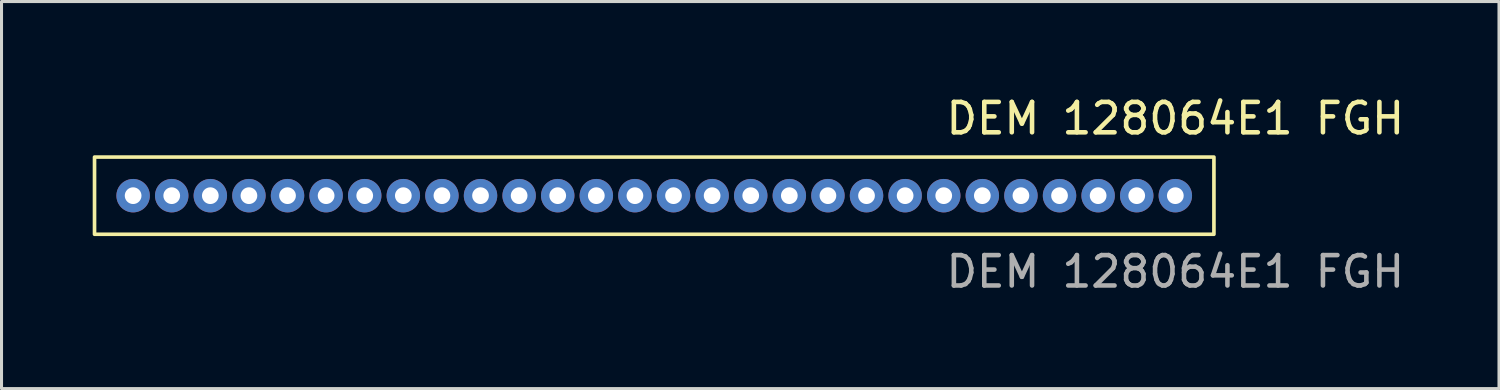
<source format=kicad_pcb>
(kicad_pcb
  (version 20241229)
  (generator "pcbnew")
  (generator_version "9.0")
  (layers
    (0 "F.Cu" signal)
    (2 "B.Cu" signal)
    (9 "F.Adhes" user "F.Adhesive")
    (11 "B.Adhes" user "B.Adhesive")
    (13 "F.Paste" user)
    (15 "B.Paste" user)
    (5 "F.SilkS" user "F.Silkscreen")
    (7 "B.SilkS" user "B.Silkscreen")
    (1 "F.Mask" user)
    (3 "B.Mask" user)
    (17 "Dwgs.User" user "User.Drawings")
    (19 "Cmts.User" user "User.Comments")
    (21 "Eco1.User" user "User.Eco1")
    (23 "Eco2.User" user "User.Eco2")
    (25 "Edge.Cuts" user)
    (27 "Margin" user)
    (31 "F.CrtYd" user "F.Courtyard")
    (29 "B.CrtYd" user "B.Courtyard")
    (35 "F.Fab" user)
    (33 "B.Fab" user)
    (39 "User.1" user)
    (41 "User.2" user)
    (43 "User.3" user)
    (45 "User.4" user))
  (footprint "DEM 128064E1 FGH"
    (layer "F.Cu")
    (at 35.62 3.388)
    (property "Reference" "DEM 128064E1 FGH" (at 0 -2.54 0) (unlocked yes) (layer "F.SilkS") (effects (font (size 1 1) (thickness 0.15))))
    (attr through_hole)
    (fp_rect (start 1.27 -1.27) (end -35.56 1.27) (stroke (width 0.12) (type default)) (fill no) (layer "F.SilkS"))
    (fp_text user "${REFERENCE}" (at 0 2.5 0) (unlocked yes) (layer "F.Fab") (effects (font (size 1 1) (thickness 0.15))))
    (pad "1" thru_hole circle (at 0 0) (size 1.1 1.1) (drill 0.55) (layers "*.Cu" "*.Mask"))
    (pad "2" thru_hole circle (at -1.27 0) (size 1.1 1.1) (drill 0.55) (layers "*.Cu" "*.Mask"))
    (pad "3" thru_hole circle (at -2.54 0) (size 1.1 1.1) (drill 0.55) (layers "*.Cu" "*.Mask"))
    (pad "4" thru_hole circle (at -3.81 0) (size 1.1 1.1) (drill 0.55) (layers "*.Cu" "*.Mask"))
    (pad "5" thru_hole circle (at -5.08 0) (size 1.1 1.1) (drill 0.55) (layers "*.Cu" "*.Mask"))
    (pad "6" thru_hole circle (at -6.35 0) (size 1.1 1.1) (drill 0.55) (layers "*.Cu" "*.Mask"))
    (pad "7" thru_hole circle (at -7.62 0) (size 1.1 1.1) (drill 0.55) (layers "*.Cu" "*.Mask"))
    (pad "8" thru_hole circle (at -8.89 0) (size 1.1 1.1) (drill 0.55) (layers "*.Cu" "*.Mask"))
    (pad "9" thru_hole circle (at -10.16 0) (size 1.1 1.1) (drill 0.55) (layers "*.Cu" "*.Mask"))
    (pad "10" thru_hole circle (at -11.43 0) (size 1.1 1.1) (drill 0.55) (layers "*.Cu" "*.Mask"))
    (pad "11" thru_hole circle (at -12.7 0) (size 1.1 1.1) (drill 0.55) (layers "*.Cu" "*.Mask"))
    (pad "12" thru_hole circle (at -13.97 0) (size 1.1 1.1) (drill 0.55) (layers "*.Cu" "*.Mask"))
    (pad "13" thru_hole circle (at -15.24 0) (size 1.1 1.1) (drill 0.55) (layers "*.Cu" "*.Mask"))
    (pad "14" thru_hole circle (at -16.51 0) (size 1.1 1.1) (drill 0.55) (layers "*.Cu" "*.Mask"))
    (pad "15" thru_hole circle (at -17.78 0) (size 1.1 1.1) (drill 0.55) (layers "*.Cu" "*.Mask"))
    (pad "16" thru_hole circle (at -19.05 0) (size 1.1 1.1) (drill 0.55) (layers "*.Cu" "*.Mask"))
    (pad "17" thru_hole circle (at -20.32 0) (size 1.1 1.1) (drill 0.55) (layers "*.Cu" "*.Mask"))
    (pad "18" thru_hole circle (at -21.59 0) (size 1.1 1.1) (drill 0.55) (layers "*.Cu" "*.Mask"))
    (pad "19" thru_hole circle (at -22.86 0) (size 1.1 1.1) (drill 0.55) (layers "*.Cu" "*.Mask"))
    (pad "20" thru_hole circle (at -24.13 0) (size 1.1 1.1) (drill 0.55) (layers "*.Cu" "*.Mask"))
    (pad "21" thru_hole circle (at -25.4 0) (size 1.1 1.1) (drill 0.55) (layers "*.Cu" "*.Mask"))
    (pad "22" thru_hole circle (at -26.67 0) (size 1.1 1.1) (drill 0.55) (layers "*.Cu" "*.Mask"))
    (pad "23" thru_hole circle (at -27.94 0) (size 1.1 1.1) (drill 0.55) (layers "*.Cu" "*.Mask"))
    (pad "24" thru_hole circle (at -29.21 0) (size 1.1 1.1) (drill 0.55) (layers "*.Cu" "*.Mask"))
    (pad "25" thru_hole circle (at -30.48 0) (size 1.1 1.1) (drill 0.55) (layers "*.Cu" "*.Mask"))
    (pad "26" thru_hole circle (at -31.75 0) (size 1.1 1.1) (drill 0.55) (layers "*.Cu" "*.Mask"))
    (pad "27" thru_hole circle (at -33.02 0) (size 1.1 1.1) (drill 0.55) (layers "*.Cu" "*.Mask"))
    (pad "28" thru_hole circle (at -34.29 0) (size 1.1 1.1) (drill 0.55) (layers "*.Cu" "*.Mask")))
  (gr_rect
    (start -3 -3)
    (end 46.269 9.736)
    (stroke (width 0.1) (type default))
    (fill no)
    (layer "Edge.Cuts")))
</source>
